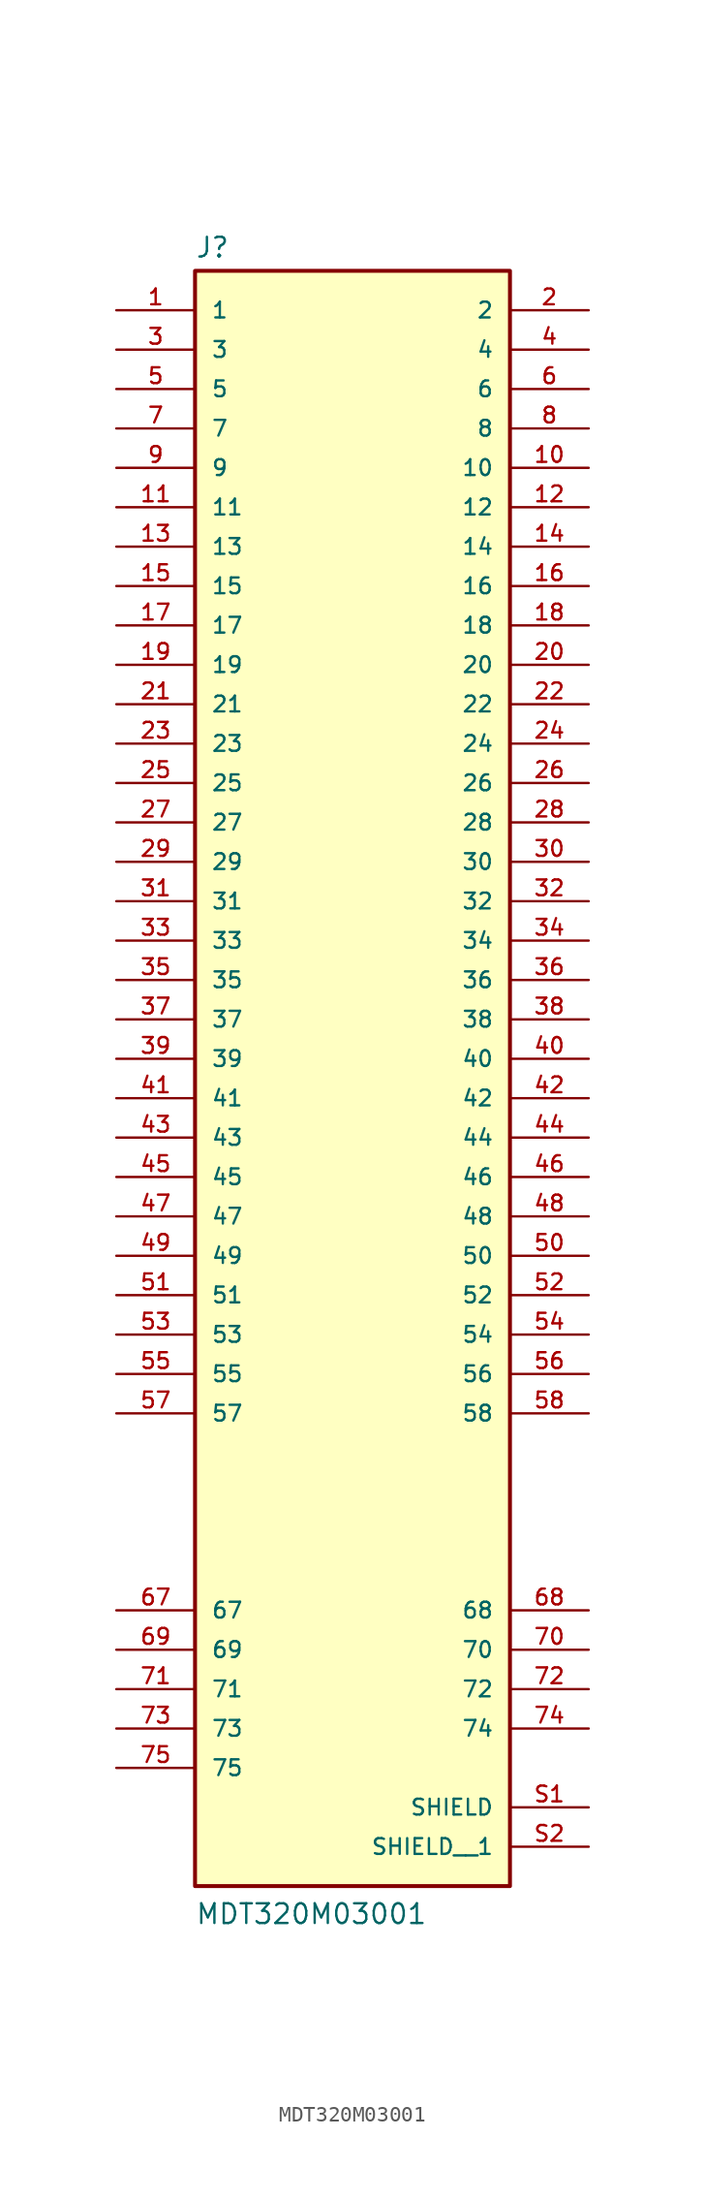
<source format=kicad_sym>
(kicad_symbol_lib
  (version 20211014)
  (generator kicad_symbol_editor)
  (symbol "MDT320M03001"
    (pin_names
      (offset 1.016))
    (property "Reference" "J"
      (at -10.16 51.562 0)
      (effects (font (size 1.27 1.27)) (justify bottom left)))
    (property "Value" "MDT320M03001"
      (at -10.16 -55.88 0)
      (effects (font (size 1.27 1.27)) (justify bottom left)))
    (symbol "MDT320M03001_0_0"
      (rectangle (start -10.16 -53.34) (end 10.16 50.8) (stroke (width 0.254)) (fill (type background)))
      (pin passive line (at -15.24 48.26 0) (length 5.08) (name "1" (effects (font (size 1.016 1.016)))) (number "1" (effects (font (size 1.016 1.016)))))
      (pin passive line (at 15.24 48.26 180.0) (length 5.08) (name "2" (effects (font (size 1.016 1.016)))) (number "2" (effects (font (size 1.016 1.016)))))
      (pin passive line (at -15.24 45.72 0) (length 5.08) (name "3" (effects (font (size 1.016 1.016)))) (number "3" (effects (font (size 1.016 1.016)))))
      (pin passive line (at 15.24 45.72 180.0) (length 5.08) (name "4" (effects (font (size 1.016 1.016)))) (number "4" (effects (font (size 1.016 1.016)))))
      (pin passive line (at -15.24 43.18 0) (length 5.08) (name "5" (effects (font (size 1.016 1.016)))) (number "5" (effects (font (size 1.016 1.016)))))
      (pin passive line (at 15.24 43.18 180.0) (length 5.08) (name "6" (effects (font (size 1.016 1.016)))) (number "6" (effects (font (size 1.016 1.016)))))
      (pin passive line (at -15.24 40.64 0) (length 5.08) (name "7" (effects (font (size 1.016 1.016)))) (number "7" (effects (font (size 1.016 1.016)))))
      (pin passive line (at 15.24 40.64 180.0) (length 5.08) (name "8" (effects (font (size 1.016 1.016)))) (number "8" (effects (font (size 1.016 1.016)))))
      (pin passive line (at -15.24 38.1 0) (length 5.08) (name "9" (effects (font (size 1.016 1.016)))) (number "9" (effects (font (size 1.016 1.016)))))
      (pin passive line (at 15.24 38.1 180.0) (length 5.08) (name "10" (effects (font (size 1.016 1.016)))) (number "10" (effects (font (size 1.016 1.016)))))
      (pin passive line (at -15.24 35.56 0) (length 5.08) (name "11" (effects (font (size 1.016 1.016)))) (number "11" (effects (font (size 1.016 1.016)))))
      (pin passive line (at -15.24 -35.56 0) (length 5.08) (name "67" (effects (font (size 1.016 1.016)))) (number "67" (effects (font (size 1.016 1.016)))))
      (pin passive line (at 15.24 -35.56 180.0) (length 5.08) (name "68" (effects (font (size 1.016 1.016)))) (number "68" (effects (font (size 1.016 1.016)))))
      (pin passive line (at -15.24 -38.1 0) (length 5.08) (name "69" (effects (font (size 1.016 1.016)))) (number "69" (effects (font (size 1.016 1.016)))))
      (pin passive line (at 15.24 -38.1 180.0) (length 5.08) (name "70" (effects (font (size 1.016 1.016)))) (number "70" (effects (font (size 1.016 1.016)))))
      (pin passive line (at -15.24 -40.64 0) (length 5.08) (name "71" (effects (font (size 1.016 1.016)))) (number "71" (effects (font (size 1.016 1.016)))))
      (pin passive line (at 15.24 -40.64 180.0) (length 5.08) (name "72" (effects (font (size 1.016 1.016)))) (number "72" (effects (font (size 1.016 1.016)))))
      (pin passive line (at -15.24 -43.18 0) (length 5.08) (name "73" (effects (font (size 1.016 1.016)))) (number "73" (effects (font (size 1.016 1.016)))))
      (pin passive line (at 15.24 -43.18 180.0) (length 5.08) (name "74" (effects (font (size 1.016 1.016)))) (number "74" (effects (font (size 1.016 1.016)))))
      (pin passive line (at -15.24 -45.72 0) (length 5.08) (name "75" (effects (font (size 1.016 1.016)))) (number "75" (effects (font (size 1.016 1.016)))))
      (pin passive line (at 15.24 -48.26 180.0) (length 5.08) (name "SHIELD" (effects (font (size 1.016 1.016)))) (number "S1" (effects (font (size 1.016 1.016)))))
      (pin passive line (at 15.24 35.56 180.0) (length 5.08) (name "12" (effects (font (size 1.016 1.016)))) (number "12" (effects (font (size 1.016 1.016)))))
      (pin passive line (at -15.24 33.02 0) (length 5.08) (name "13" (effects (font (size 1.016 1.016)))) (number "13" (effects (font (size 1.016 1.016)))))
      (pin passive line (at 15.24 33.02 180.0) (length 5.08) (name "14" (effects (font (size 1.016 1.016)))) (number "14" (effects (font (size 1.016 1.016)))))
      (pin passive line (at -15.24 30.48 0) (length 5.08) (name "15" (effects (font (size 1.016 1.016)))) (number "15" (effects (font (size 1.016 1.016)))))
      (pin passive line (at 15.24 30.48 180.0) (length 5.08) (name "16" (effects (font (size 1.016 1.016)))) (number "16" (effects (font (size 1.016 1.016)))))
      (pin passive line (at -15.24 27.94 0) (length 5.08) (name "17" (effects (font (size 1.016 1.016)))) (number "17" (effects (font (size 1.016 1.016)))))
      (pin passive line (at 15.24 27.94 180.0) (length 5.08) (name "18" (effects (font (size 1.016 1.016)))) (number "18" (effects (font (size 1.016 1.016)))))
      (pin passive line (at -15.24 25.4 0) (length 5.08) (name "19" (effects (font (size 1.016 1.016)))) (number "19" (effects (font (size 1.016 1.016)))))
      (pin passive line (at 15.24 25.4 180.0) (length 5.08) (name "20" (effects (font (size 1.016 1.016)))) (number "20" (effects (font (size 1.016 1.016)))))
      (pin passive line (at -15.24 22.86 0) (length 5.08) (name "21" (effects (font (size 1.016 1.016)))) (number "21" (effects (font (size 1.016 1.016)))))
      (pin passive line (at 15.24 22.86 180.0) (length 5.08) (name "22" (effects (font (size 1.016 1.016)))) (number "22" (effects (font (size 1.016 1.016)))))
      (pin passive line (at -15.24 20.32 0) (length 5.08) (name "23" (effects (font (size 1.016 1.016)))) (number "23" (effects (font (size 1.016 1.016)))))
      (pin passive line (at 15.24 20.32 180.0) (length 5.08) (name "24" (effects (font (size 1.016 1.016)))) (number "24" (effects (font (size 1.016 1.016)))))
      (pin passive line (at -15.24 17.78 0) (length 5.08) (name "25" (effects (font (size 1.016 1.016)))) (number "25" (effects (font (size 1.016 1.016)))))
      (pin passive line (at 15.24 17.78 180.0) (length 5.08) (name "26" (effects (font (size 1.016 1.016)))) (number "26" (effects (font (size 1.016 1.016)))))
      (pin passive line (at -15.24 15.24 0) (length 5.08) (name "27" (effects (font (size 1.016 1.016)))) (number "27" (effects (font (size 1.016 1.016)))))
      (pin passive line (at 15.24 15.24 180.0) (length 5.08) (name "28" (effects (font (size 1.016 1.016)))) (number "28" (effects (font (size 1.016 1.016)))))
      (pin passive line (at -15.24 12.7 0) (length 5.08) (name "29" (effects (font (size 1.016 1.016)))) (number "29" (effects (font (size 1.016 1.016)))))
      (pin passive line (at 15.24 12.7 180.0) (length 5.08) (name "30" (effects (font (size 1.016 1.016)))) (number "30" (effects (font (size 1.016 1.016)))))
      (pin passive line (at -15.24 10.16 0) (length 5.08) (name "31" (effects (font (size 1.016 1.016)))) (number "31" (effects (font (size 1.016 1.016)))))
      (pin passive line (at 15.24 10.16 180.0) (length 5.08) (name "32" (effects (font (size 1.016 1.016)))) (number "32" (effects (font (size 1.016 1.016)))))
      (pin passive line (at -15.24 7.62 0) (length 5.08) (name "33" (effects (font (size 1.016 1.016)))) (number "33" (effects (font (size 1.016 1.016)))))
      (pin passive line (at 15.24 7.62 180.0) (length 5.08) (name "34" (effects (font (size 1.016 1.016)))) (number "34" (effects (font (size 1.016 1.016)))))
      (pin passive line (at -15.24 5.08 0) (length 5.08) (name "35" (effects (font (size 1.016 1.016)))) (number "35" (effects (font (size 1.016 1.016)))))
      (pin passive line (at 15.24 5.08 180.0) (length 5.08) (name "36" (effects (font (size 1.016 1.016)))) (number "36" (effects (font (size 1.016 1.016)))))
      (pin passive line (at -15.24 2.54 0) (length 5.08) (name "37" (effects (font (size 1.016 1.016)))) (number "37" (effects (font (size 1.016 1.016)))))
      (pin passive line (at 15.24 2.54 180.0) (length 5.08) (name "38" (effects (font (size 1.016 1.016)))) (number "38" (effects (font (size 1.016 1.016)))))
      (pin passive line (at -15.24 0.0 0) (length 5.08) (name "39" (effects (font (size 1.016 1.016)))) (number "39" (effects (font (size 1.016 1.016)))))
      (pin passive line (at 15.24 0.0 180.0) (length 5.08) (name "40" (effects (font (size 1.016 1.016)))) (number "40" (effects (font (size 1.016 1.016)))))
      (pin passive line (at -15.24 -2.54 0) (length 5.08) (name "41" (effects (font (size 1.016 1.016)))) (number "41" (effects (font (size 1.016 1.016)))))
      (pin passive line (at 15.24 -2.54 180.0) (length 5.08) (name "42" (effects (font (size 1.016 1.016)))) (number "42" (effects (font (size 1.016 1.016)))))
      (pin passive line (at -15.24 -5.08 0) (length 5.08) (name "43" (effects (font (size 1.016 1.016)))) (number "43" (effects (font (size 1.016 1.016)))))
      (pin passive line (at 15.24 -5.08 180.0) (length 5.08) (name "44" (effects (font (size 1.016 1.016)))) (number "44" (effects (font (size 1.016 1.016)))))
      (pin passive line (at -15.24 -7.62 0) (length 5.08) (name "45" (effects (font (size 1.016 1.016)))) (number "45" (effects (font (size 1.016 1.016)))))
      (pin passive line (at 15.24 -7.62 180.0) (length 5.08) (name "46" (effects (font (size 1.016 1.016)))) (number "46" (effects (font (size 1.016 1.016)))))
      (pin passive line (at -15.24 -10.16 0) (length 5.08) (name "47" (effects (font (size 1.016 1.016)))) (number "47" (effects (font (size 1.016 1.016)))))
      (pin passive line (at 15.24 -10.16 180.0) (length 5.08) (name "48" (effects (font (size 1.016 1.016)))) (number "48" (effects (font (size 1.016 1.016)))))
      (pin passive line (at -15.24 -12.7 0) (length 5.08) (name "49" (effects (font (size 1.016 1.016)))) (number "49" (effects (font (size 1.016 1.016)))))
      (pin passive line (at 15.24 -12.7 180.0) (length 5.08) (name "50" (effects (font (size 1.016 1.016)))) (number "50" (effects (font (size 1.016 1.016)))))
      (pin passive line (at -15.24 -15.24 0) (length 5.08) (name "51" (effects (font (size 1.016 1.016)))) (number "51" (effects (font (size 1.016 1.016)))))
      (pin passive line (at 15.24 -15.24 180.0) (length 5.08) (name "52" (effects (font (size 1.016 1.016)))) (number "52" (effects (font (size 1.016 1.016)))))
      (pin passive line (at -15.24 -17.78 0) (length 5.08) (name "53" (effects (font (size 1.016 1.016)))) (number "53" (effects (font (size 1.016 1.016)))))
      (pin passive line (at 15.24 -17.78 180.0) (length 5.08) (name "54" (effects (font (size 1.016 1.016)))) (number "54" (effects (font (size 1.016 1.016)))))
      (pin passive line (at -15.24 -20.32 0) (length 5.08) (name "55" (effects (font (size 1.016 1.016)))) (number "55" (effects (font (size 1.016 1.016)))))
      (pin passive line (at 15.24 -20.32 180.0) (length 5.08) (name "56" (effects (font (size 1.016 1.016)))) (number "56" (effects (font (size 1.016 1.016)))))
      (pin passive line (at -15.24 -22.86 0) (length 5.08) (name "57" (effects (font (size 1.016 1.016)))) (number "57" (effects (font (size 1.016 1.016)))))
      (pin passive line (at 15.24 -22.86 180.0) (length 5.08) (name "58" (effects (font (size 1.016 1.016)))) (number "58" (effects (font (size 1.016 1.016)))))
      (pin passive line (at 15.24 -50.8 180.0) (length 5.08) (name "SHIELD__1" (effects (font (size 1.016 1.016)))) (number "S2" (effects (font (size 1.016 1.016))))))))
</source>
